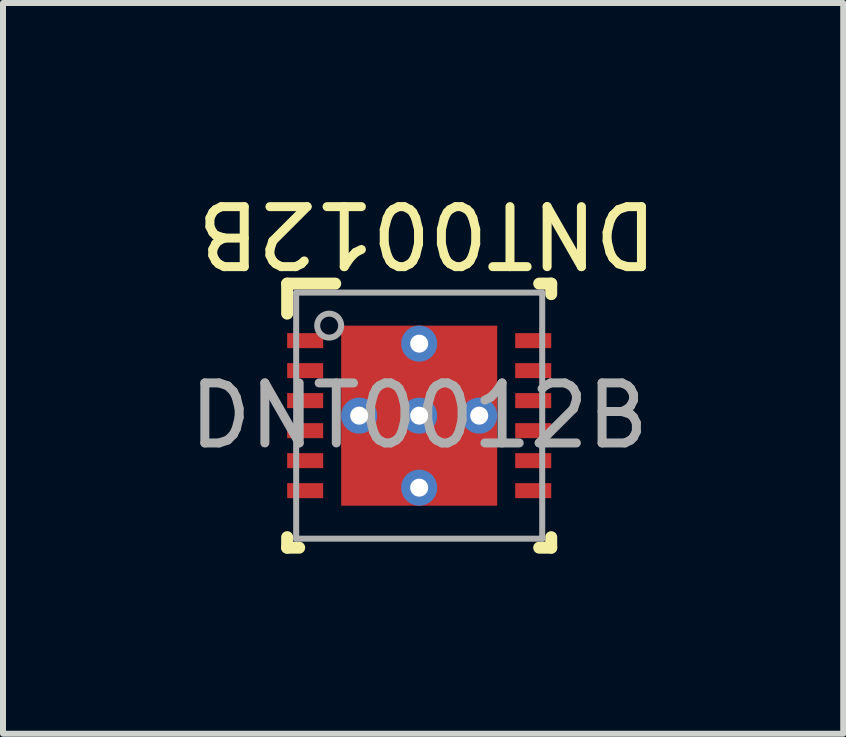
<source format=kicad_pcb>
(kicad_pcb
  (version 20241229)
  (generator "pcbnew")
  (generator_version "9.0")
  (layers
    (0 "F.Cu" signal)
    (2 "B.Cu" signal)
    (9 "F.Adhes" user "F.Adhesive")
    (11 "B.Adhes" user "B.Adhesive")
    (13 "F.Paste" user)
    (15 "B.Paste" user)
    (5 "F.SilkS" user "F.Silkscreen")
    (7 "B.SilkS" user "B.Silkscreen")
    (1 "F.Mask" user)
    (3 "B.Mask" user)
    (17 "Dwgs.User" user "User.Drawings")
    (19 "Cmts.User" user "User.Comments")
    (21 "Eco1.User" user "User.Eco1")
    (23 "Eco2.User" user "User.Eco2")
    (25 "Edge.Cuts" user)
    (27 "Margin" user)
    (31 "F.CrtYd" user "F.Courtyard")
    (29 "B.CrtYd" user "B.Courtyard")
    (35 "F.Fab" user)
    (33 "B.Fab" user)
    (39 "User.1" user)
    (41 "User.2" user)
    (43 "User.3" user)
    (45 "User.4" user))
  (footprint "DNT0012B"
    (layer "F.Cu")
    (at 3.935 3.876)
    (property "Reference" "DNT0012B" (at 0.132 -3.028 180) (unlocked yes) (layer "F.SilkS") (effects (font (size 1 1) (thickness 0.15))))
    (attr smd)
    (fp_line (start -2.2 -2.2) (end -1.4 -2.2) (stroke (width 0.2) (type solid)) (layer "F.SilkS"))
    (fp_line (start -2.2 -1.7) (end -2.2 -2.2) (stroke (width 0.2) (type solid)) (layer "F.SilkS"))
    (fp_line (start -2.2 2.2) (end -2.2 2.025) (stroke (width 0.2) (type solid)) (layer "F.SilkS"))
    (fp_line (start -2.2 2.2) (end -2 2.2) (stroke (width 0.2) (type solid)) (layer "F.SilkS"))
    (fp_line (start 2 -2.2) (end 2.2 -2.2) (stroke (width 0.2) (type solid)) (layer "F.SilkS"))
    (fp_line (start 2 2.2) (end 2.2 2.2) (stroke (width 0.2) (type solid)) (layer "F.SilkS"))
    (fp_line (start 2.2 -2.025) (end 2.2 -2.2) (stroke (width 0.2) (type solid)) (layer "F.SilkS"))
    (fp_line (start 2.2 2.2) (end 2.2 2.025) (stroke (width 0.2) (type solid)) (layer "F.SilkS"))
    (fp_poly (pts (xy -0.1 -1.41) (xy -1.248 -1.41) (xy -1.248 -0.1) (xy -0.1 -0.1)) (stroke (width 0) (type solid)) (fill yes) (layer "F.Paste"))
    (fp_poly (pts (xy -0.1 0.1) (xy -1.248 0.1) (xy -1.248 1.41) (xy -0.1 1.41)) (stroke (width 0) (type solid)) (fill yes) (layer "F.Paste"))
    (fp_poly (pts (xy 0.1 -0.1) (xy 1.248 -0.1) (xy 1.248 -1.41) (xy 0.1 -1.41)) (stroke (width 0) (type solid)) (fill yes) (layer "F.Paste"))
    (fp_poly (pts (xy 0.1 1.41) (xy 1.248 1.41) (xy 1.248 0.1) (xy 0.1 0.1)) (stroke (width 0) (type solid)) (fill yes) (layer "F.Paste"))
    (fp_line (start -2.05 -2.05) (end 2.05 -2.05) (stroke (width 0.1) (type solid)) (layer "F.Fab"))
    (fp_line (start -2.05 2.05) (end 2.05 2.05) (stroke (width 0.1) (type solid)) (layer "F.Fab"))
    (fp_line (start -2.05 2.05) (end -2.05 -2.05) (stroke (width 0.1) (type solid)) (layer "F.Fab"))
    (fp_line (start 2.05 2.05) (end 2.05 -2.05) (stroke (width 0.1) (type solid)) (layer "F.Fab"))
    (fp_circle (center -1.5 -1.5) (end -1.3 -1.5) (stroke (width 0.1) (type solid)) (fill no) (layer "F.Fab"))
    (fp_text user "${REFERENCE}" (at 0 0 0) (unlocked yes) (layer "F.Fab") (effects (font (size 1 1) (thickness 0.15))))
    (pad "1" smd rect (at -1.9 -1.25 90) (size 0.25 0.6) (layers "F.Cu" "F.Mask" "F.Paste"))
    (pad "2" smd rect (at -1.9 -0.75 90) (size 0.25 0.6) (layers "F.Cu" "F.Mask" "F.Paste"))
    (pad "3" smd rect (at -1.9 -0.25 90) (size 0.25 0.6) (layers "F.Cu" "F.Mask" "F.Paste"))
    (pad "4" smd rect (at -1.9 0.25 90) (size 0.25 0.6) (layers "F.Cu" "F.Mask" "F.Paste"))
    (pad "5" smd rect (at -1.9 0.75 90) (size 0.25 0.6) (layers "F.Cu" "F.Mask" "F.Paste"))
    (pad "6" smd rect (at -1.9 1.25 90) (size 0.25 0.6) (layers "F.Cu" "F.Mask" "F.Paste"))
    (pad "7" smd rect (at 1.9 1.25 90) (size 0.25 0.6) (layers "F.Cu" "F.Mask" "F.Paste"))
    (pad "8" smd rect (at 1.9 0.75 90) (size 0.25 0.6) (layers "F.Cu" "F.Mask" "F.Paste"))
    (pad "9" smd rect (at 1.9 0.25 90) (size 0.25 0.6) (layers "F.Cu" "F.Mask" "F.Paste"))
    (pad "10" smd rect (at 1.9 -0.25 90) (size 0.25 0.6) (layers "F.Cu" "F.Mask" "F.Paste"))
    (pad "11" smd rect (at 1.9 -0.75 90) (size 0.25 0.6) (layers "F.Cu" "F.Mask" "F.Paste"))
    (pad "12" smd rect (at 1.9 -1.25 90) (size 0.25 0.6) (layers "F.Cu" "F.Mask" "F.Paste"))
    (pad "13" thru_hole circle (at -1 0) (size 0.6 0.6) (drill 0.3) (layers "*.Cu" "*.Mask"))
    (pad "13" thru_hole circle (at 0 -1.2) (size 0.6 0.6) (drill 0.3) (layers "*.Cu" "*.Mask"))
    (pad "13" thru_hole circle (at 0 0) (size 0.6 0.6) (drill 0.3) (layers "*.Cu" "*.Mask"))
    (pad "13" smd rect (at 0 0 90) (size 3 2.6) (layers "F.Cu" "F.Mask"))
    (pad "13" thru_hole circle (at 0 1.2) (size 0.6 0.6) (drill 0.3) (layers "*.Cu" "*.Mask"))
    (pad "13" thru_hole circle (at 1 0) (size 0.6 0.6) (drill 0.3) (layers "*.Cu" "*.Mask")))
  (gr_rect
    (start -3 -3)
    (end 11.001 9.176)
    (stroke (width 0.1) (type default))
    (fill no)
    (layer "Edge.Cuts")))
</source>
